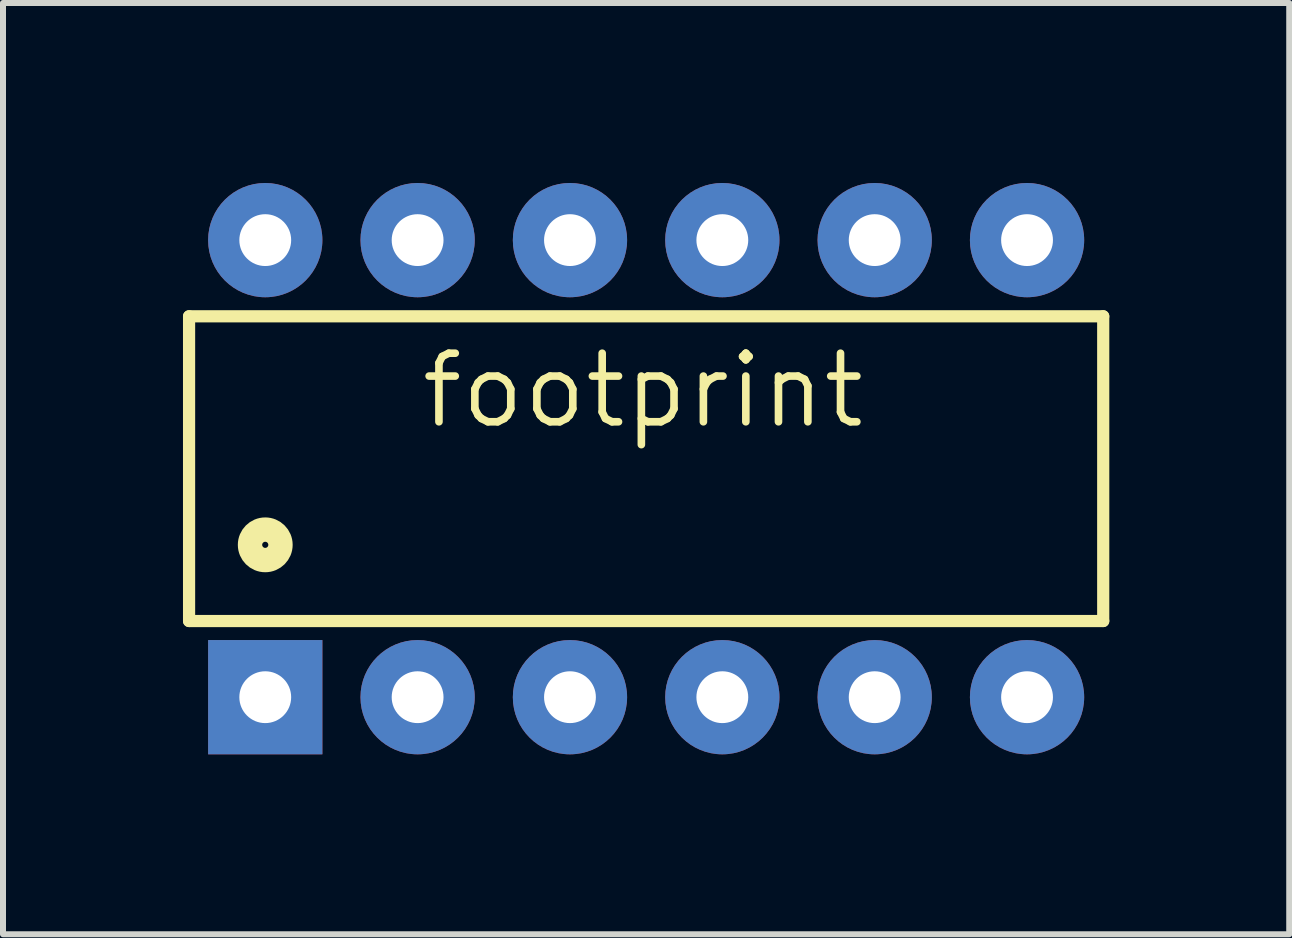
<source format=kicad_pcb>
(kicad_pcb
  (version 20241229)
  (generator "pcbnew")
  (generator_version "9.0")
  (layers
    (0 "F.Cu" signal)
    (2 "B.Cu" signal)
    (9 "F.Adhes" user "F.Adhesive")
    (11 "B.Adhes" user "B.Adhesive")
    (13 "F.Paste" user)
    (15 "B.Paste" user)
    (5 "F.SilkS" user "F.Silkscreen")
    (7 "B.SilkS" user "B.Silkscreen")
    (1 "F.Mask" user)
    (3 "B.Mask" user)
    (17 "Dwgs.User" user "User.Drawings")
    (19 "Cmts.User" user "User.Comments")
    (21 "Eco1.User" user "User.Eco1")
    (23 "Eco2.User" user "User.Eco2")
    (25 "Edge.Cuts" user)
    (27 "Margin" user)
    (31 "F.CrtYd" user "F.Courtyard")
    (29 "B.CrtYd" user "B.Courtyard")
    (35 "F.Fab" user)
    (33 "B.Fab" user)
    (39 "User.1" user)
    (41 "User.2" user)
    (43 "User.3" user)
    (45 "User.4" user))
  (footprint "footprint"
    (layer "F.Cu")
    (at 7.722 4.763)
    (property "Reference" "footprint" (at -3.81 -0.635 0) (layer "F.SilkS") (effects (font (size 1.143 1.143) (thickness 0.127)) (justify left bottom)))
    (fp_line (start -7.62 -2.54) (end 7.62 -2.54) (stroke (width 0.203) (type solid)) (layer "F.SilkS"))
    (fp_line (start -7.62 2.54) (end -7.62 -2.54) (stroke (width 0.203) (type solid)) (layer "F.SilkS"))
    (fp_line (start -7.62 2.54) (end 7.62 2.54) (stroke (width 0.203) (type solid)) (layer "F.SilkS"))
    (fp_line (start 7.62 -2.54) (end 7.62 2.54) (stroke (width 0.203) (type solid)) (layer "F.SilkS"))
    (fp_circle (center -6.35 1.27) (end -6.096 1.27) (stroke (width 0.406) (type solid)) (fill no) (layer "F.SilkS"))
    (pad "1" thru_hole rect (at -6.35 3.81) (size 1.905 1.905) (drill 0.864) (layers "*.Cu" "*.Mask"))
    (pad "2" thru_hole circle (at -3.81 3.81) (size 1.905 1.905) (drill 0.864) (layers "*.Cu" "*.Mask"))
    (pad "3" thru_hole circle (at -1.27 3.81) (size 1.905 1.905) (drill 0.864) (layers "*.Cu" "*.Mask"))
    (pad "4" thru_hole circle (at 1.27 3.81) (size 1.905 1.905) (drill 0.864) (layers "*.Cu" "*.Mask"))
    (pad "5" thru_hole circle (at 3.81 3.81) (size 1.905 1.905) (drill 0.864) (layers "*.Cu" "*.Mask"))
    (pad "6" thru_hole circle (at 6.35 3.81) (size 1.905 1.905) (drill 0.864) (layers "*.Cu" "*.Mask"))
    (pad "7" thru_hole circle (at 6.35 -3.81) (size 1.905 1.905) (drill 0.864) (layers "*.Cu" "*.Mask"))
    (pad "8" thru_hole circle (at 3.81 -3.81) (size 1.905 1.905) (drill 0.864) (layers "*.Cu" "*.Mask"))
    (pad "9" thru_hole circle (at 1.27 -3.81) (size 1.905 1.905) (drill 0.864) (layers "*.Cu" "*.Mask"))
    (pad "10" thru_hole circle (at -1.27 -3.81) (size 1.905 1.905) (drill 0.864) (layers "*.Cu" "*.Mask"))
    (pad "11" thru_hole circle (at -3.81 -3.81) (size 1.905 1.905) (drill 0.864) (layers "*.Cu" "*.Mask"))
    (pad "12" thru_hole circle (at -6.35 -3.81) (size 1.905 1.905) (drill 0.864) (layers "*.Cu" "*.Mask")))
  (gr_rect
    (start -3 -3)
    (end 18.443 12.525)
    (stroke (width 0.1) (type default))
    (fill no)
    (layer "Edge.Cuts")))
</source>
